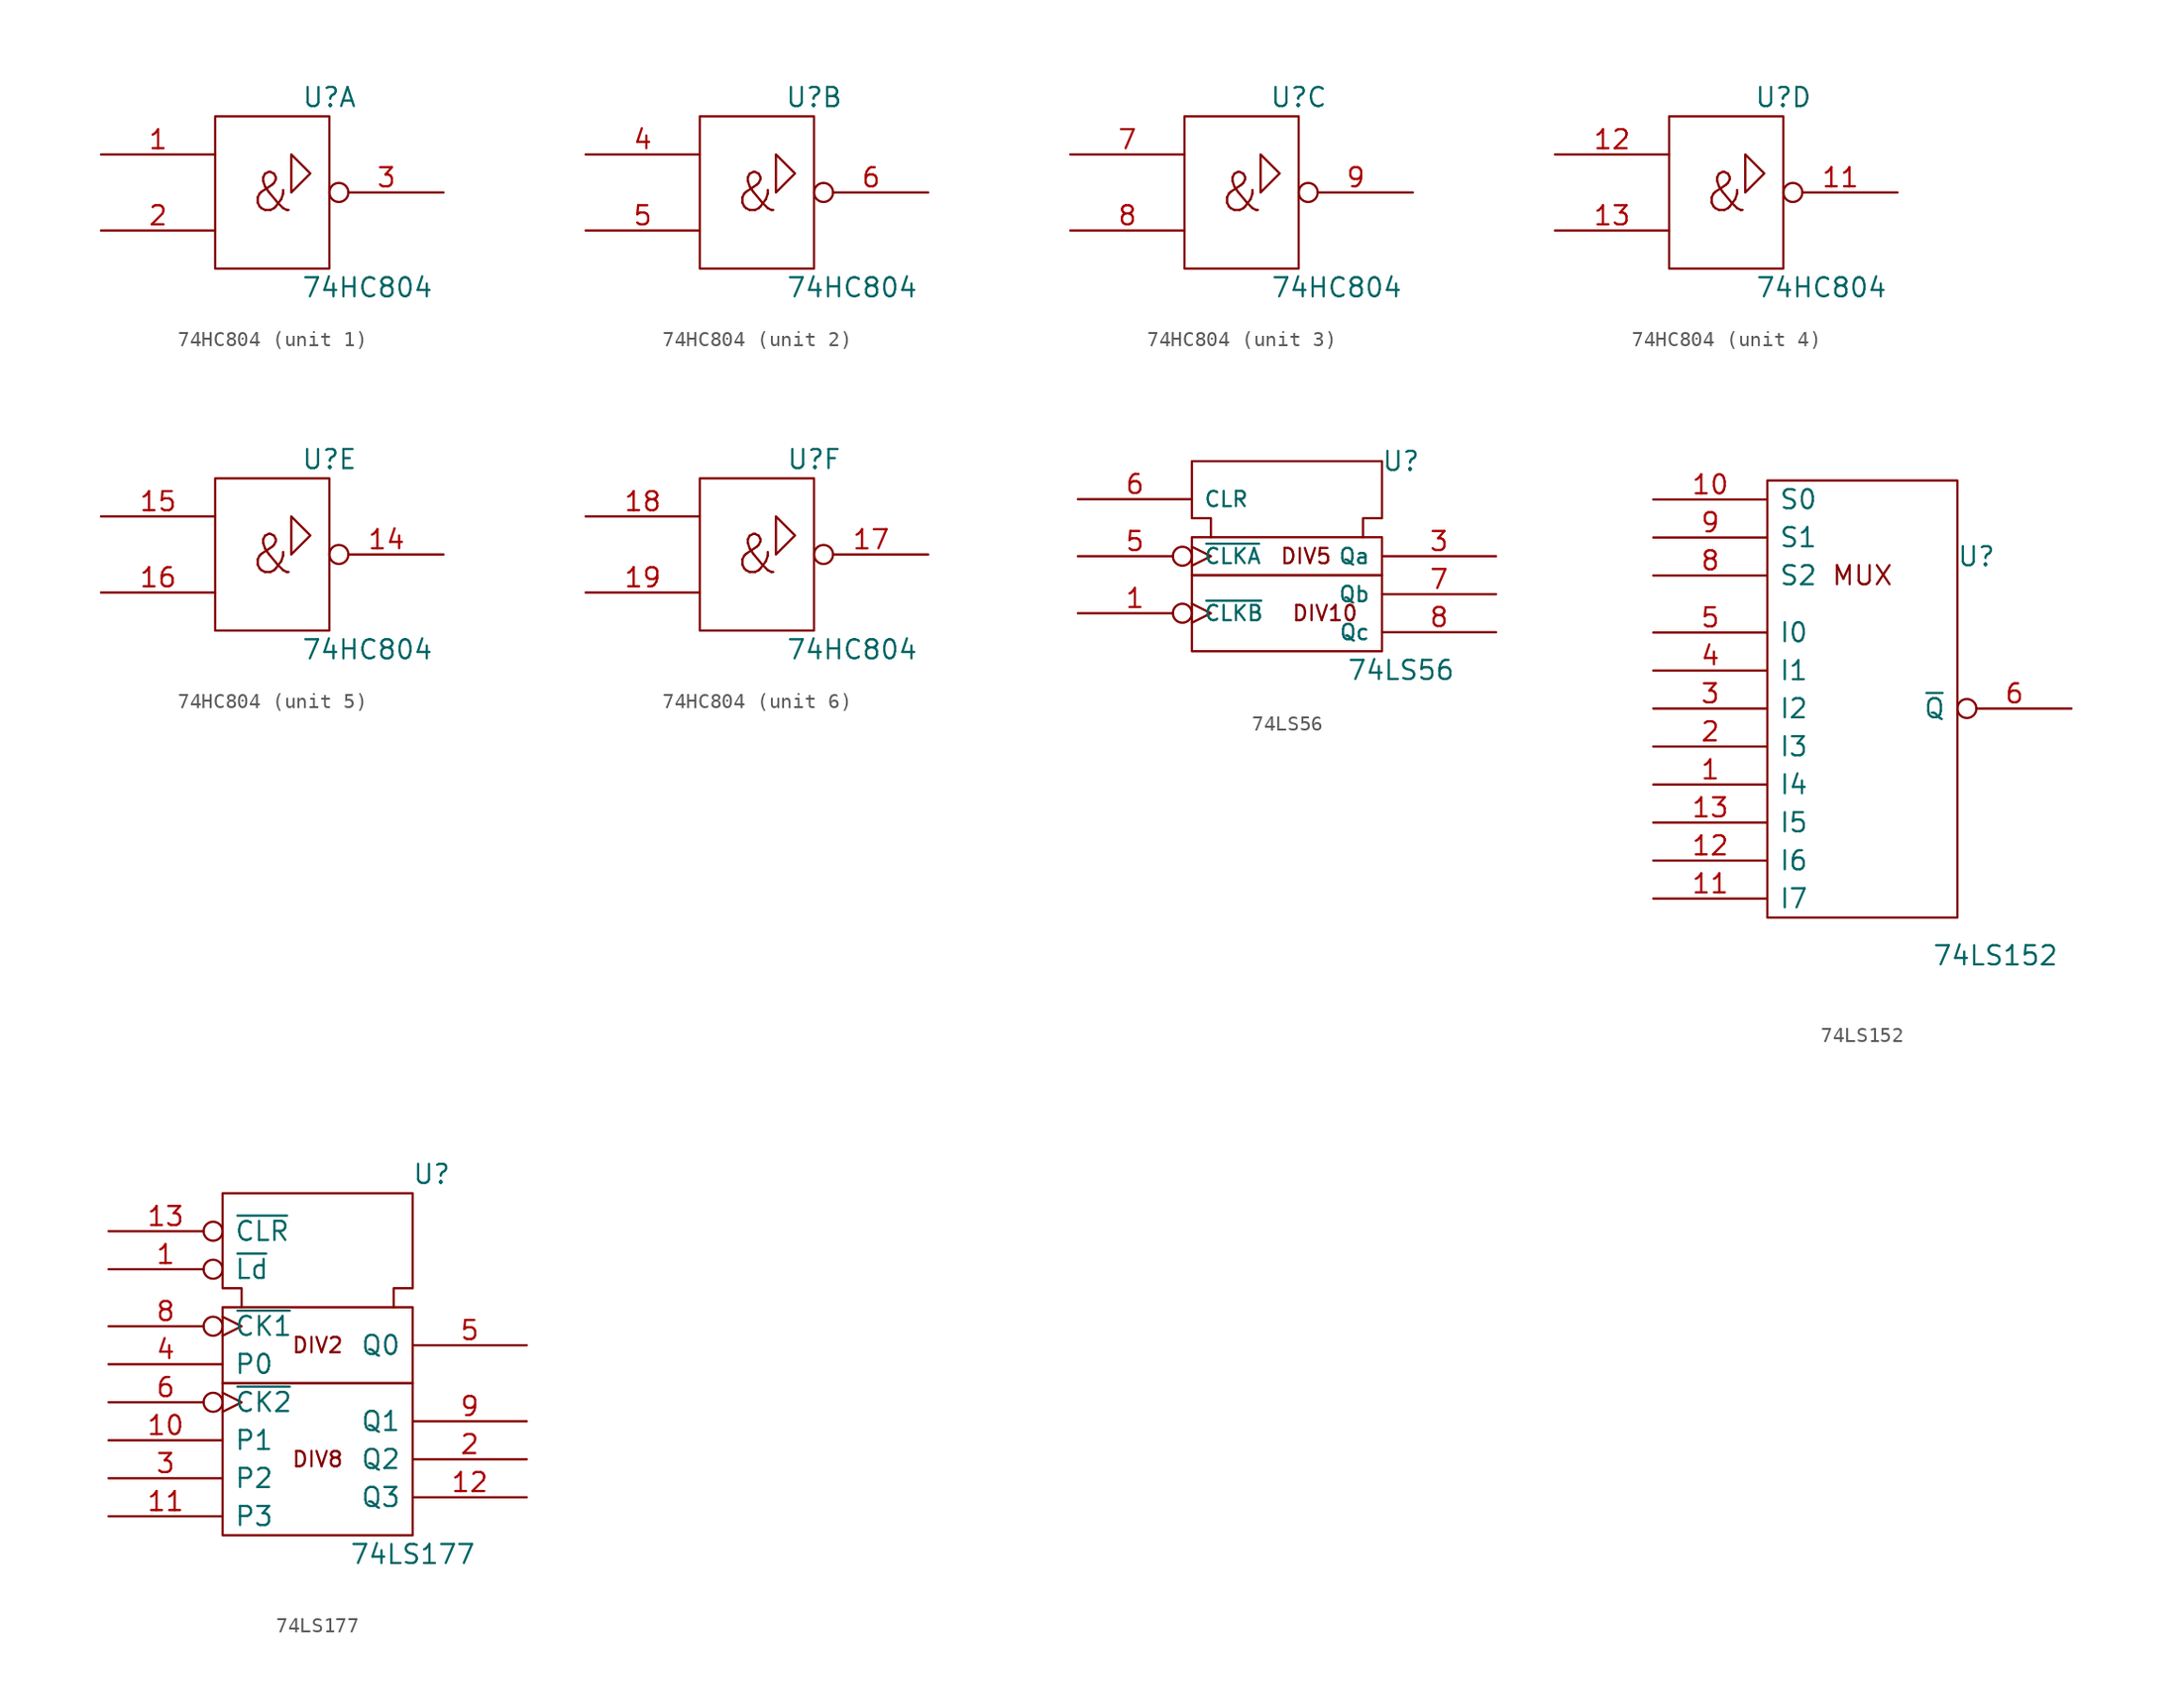
<source format=kicad_sym>
(kicad_symbol_lib
  (version 20201005)
  (generator kicad_symbol_editor)
  (symbol "74HC804"
    (pin_names
      (offset 0.762))
    (property "Reference" "U"
      (at 3.81 6.35 0)
      (effects (font (size 1.27 1.27))))
    (property "Value" "74HC804"
      (at 6.35 -6.35 0)
      (effects (font (size 1.27 1.27))))
    (symbol "74HC804_0_1"
      (text "&" (at 0 0 0) (effects (font (size 2.54 2.54))))
      (rectangle (start -3.81 5.08) (end 3.81 -5.08) (stroke (width 0)) (fill (type none)))
      (polyline (pts (xy 1.27 0) (xy 1.27 2.54) (xy 2.54 1.27) (xy 1.27 0) (xy 1.27 0)) (stroke (width 0)) (fill (type none)))
      (pin power_in line (at 0 -5.08 90) (length 0) hide (name "Gnd" (effects (font (size 1.27 1.27)))) (number "10" (effects (font (size 1.27 1.27)))))
      (pin power_in line (at 0 5.08 270) (length 0) hide (name "Vcc" (effects (font (size 1.27 1.27)))) (number "20" (effects (font (size 1.27 1.27))))))
    (symbol "74HC804_1_1"
      (pin input line (at -11.43 2.54 0) (length 7.62) (name "~" (effects (font (size 1.27 1.27)))) (number "1" (effects (font (size 1.27 1.27)))))
      (pin input line (at -11.43 -2.54 0) (length 7.62) (name "~" (effects (font (size 1.27 1.27)))) (number "2" (effects (font (size 1.27 1.27)))))
      (pin output inverted (at 11.43 0 180) (length 7.62) (name "~" (effects (font (size 1.27 1.27)))) (number "3" (effects (font (size 1.27 1.27))))))
    (symbol "74HC804_2_1"
      (pin input line (at -11.43 2.54 0) (length 7.62) (name "~" (effects (font (size 1.27 1.27)))) (number "4" (effects (font (size 1.27 1.27)))))
      (pin input line (at -11.43 -2.54 0) (length 7.62) (name "~" (effects (font (size 1.27 1.27)))) (number "5" (effects (font (size 1.27 1.27)))))
      (pin output inverted (at 11.43 0 180) (length 7.62) (name "~" (effects (font (size 1.27 1.27)))) (number "6" (effects (font (size 1.27 1.27))))))
    (symbol "74HC804_3_1"
      (pin input line (at -11.43 2.54 0) (length 7.62) (name "~" (effects (font (size 1.27 1.27)))) (number "7" (effects (font (size 1.27 1.27)))))
      (pin input line (at -11.43 -2.54 0) (length 7.62) (name "~" (effects (font (size 1.27 1.27)))) (number "8" (effects (font (size 1.27 1.27)))))
      (pin output inverted (at 11.43 0 180) (length 7.62) (name "~" (effects (font (size 1.27 1.27)))) (number "9" (effects (font (size 1.27 1.27))))))
    (symbol "74HC804_4_1"
      (pin output inverted (at 11.43 0 180) (length 7.62) (name "~" (effects (font (size 1.27 1.27)))) (number "11" (effects (font (size 1.27 1.27)))))
      (pin input line (at -11.43 2.54 0) (length 7.62) (name "~" (effects (font (size 1.27 1.27)))) (number "12" (effects (font (size 1.27 1.27)))))
      (pin input line (at -11.43 -2.54 0) (length 7.62) (name "~" (effects (font (size 1.27 1.27)))) (number "13" (effects (font (size 1.27 1.27))))))
    (symbol "74HC804_5_1"
      (pin output inverted (at 11.43 0 180) (length 7.62) (name "~" (effects (font (size 1.27 1.27)))) (number "14" (effects (font (size 1.27 1.27)))))
      (pin input line (at -11.43 2.54 0) (length 7.62) (name "~" (effects (font (size 1.27 1.27)))) (number "15" (effects (font (size 1.27 1.27)))))
      (pin input line (at -11.43 -2.54 0) (length 7.62) (name "~" (effects (font (size 1.27 1.27)))) (number "16" (effects (font (size 1.27 1.27))))))
    (symbol "74HC804_6_1"
      (pin output inverted (at 11.43 0 180) (length 7.62) (name "~" (effects (font (size 1.27 1.27)))) (number "17" (effects (font (size 1.27 1.27)))))
      (pin input line (at -11.43 2.54 0) (length 7.62) (name "~" (effects (font (size 1.27 1.27)))) (number "18" (effects (font (size 1.27 1.27)))))
      (pin input line (at -11.43 -2.54 0) (length 7.62) (name "~" (effects (font (size 1.27 1.27)))) (number "19" (effects (font (size 1.27 1.27)))))))
  (symbol "74LS56"
    (pin_names
      (offset 0.762))
    (property "Reference" "U"
      (at 7.62 6.35 0)
      (effects (font (size 1.27 1.27))))
    (property "Value" "74LS56"
      (at 7.62 -7.62 0)
      (effects (font (size 1.27 1.27))))
    (symbol "74LS56_0_0"
      (text "DIV10" (at 2.54 -3.81 0) (effects (font (size 1.016 1.016))))
      (text "DIV5" (at 1.27 0 0) (effects (font (size 1.016 1.016))))
      (rectangle (start -6.35 -1.27) (end 6.35 -6.35) (stroke (width 0)) (fill (type none)))
      (rectangle (start -6.35 1.27) (end 6.35 -1.27) (stroke (width 0)) (fill (type none)))
      (polyline (pts (xy -5.08 1.27) (xy -5.08 2.54) (xy -6.35 2.54) (xy -6.35 6.35) (xy 6.35 6.35) (xy 6.35 2.54) (xy 5.08 2.54) (xy 5.08 1.27) (xy 5.08 1.27)) (stroke (width 0)) (fill (type none))))
    (symbol "74LS56_0_1"
      (pin power_in line (at 5.08 6.35 270) (length 0) hide (name "Vcc" (effects (font (size 1.016 1.016)))) (number "2" (effects (font (size 1.27 1.27)))))
      (pin power_in line (at 1.27 6.35 270) (length 0) hide (name "Gnd" (effects (font (size 1.016 1.016)))) (number "4" (effects (font (size 1.27 1.27))))))
    (symbol "74LS56_1_1"
      (pin input inverted_clock (at -13.97 -3.81 0) (length 7.62) (name "~CLKB" (effects (font (size 1.016 1.016)))) (number "1" (effects (font (size 1.27 1.27)))))
      (pin output line (at 13.97 0 180) (length 7.62) (name "Qa" (effects (font (size 1.016 1.016)))) (number "3" (effects (font (size 1.27 1.27)))))
      (pin input inverted_clock (at -13.97 0 0) (length 7.62) (name "~CLKA" (effects (font (size 1.016 1.016)))) (number "5" (effects (font (size 1.27 1.27)))))
      (pin input line (at -13.97 3.81 0) (length 7.62) (name "CLR" (effects (font (size 1.016 1.016)))) (number "6" (effects (font (size 1.27 1.27)))))
      (pin output line (at 13.97 -2.54 180) (length 7.62) (name "Qb" (effects (font (size 1.016 1.016)))) (number "7" (effects (font (size 1.27 1.27)))))
      (pin output line (at 13.97 -5.08 180) (length 7.62) (name "Qc" (effects (font (size 1.016 1.016)))) (number "8" (effects (font (size 1.27 1.27)))))))
  (symbol "74LS152"
    (pin_names
      (offset 0.762))
    (property "Reference" "U"
      (at 7.62 11.43 0)
      (effects (font (size 1.27 1.27))))
    (property "Value" "74LS152"
      (at 8.89 -15.24 0)
      (effects (font (size 1.27 1.27))))
    (symbol "74LS152_0_0"
      (text "MUX" (at 0 10.16 0) (effects (font (size 1.27 1.27))))
      (rectangle (start -6.35 16.51) (end 6.35 -12.7) (stroke (width 0)) (fill (type none)))
      (pin power_in line (at 0 16.51 270) (length 0) hide (name "VCC" (effects (font (size 1.27 1.27)))) (number "14" (effects (font (size 1.27 1.27)))))
      (pin power_in line (at 0 -12.7 90) (length 0) hide (name "GND" (effects (font (size 1.27 1.27)))) (number "7" (effects (font (size 1.27 1.27))))))
    (symbol "74LS152_1_1"
      (pin input line (at -13.97 -3.81 0) (length 7.62) (name "I4" (effects (font (size 1.27 1.27)))) (number "1" (effects (font (size 1.27 1.27)))))
      (pin input line (at -13.97 15.24 0) (length 7.62) (name "S0" (effects (font (size 1.27 1.27)))) (number "10" (effects (font (size 1.27 1.27)))))
      (pin input line (at -13.97 -11.43 0) (length 7.62) (name "I7" (effects (font (size 1.27 1.27)))) (number "11" (effects (font (size 1.27 1.27)))))
      (pin input line (at -13.97 -8.89 0) (length 7.62) (name "I6" (effects (font (size 1.27 1.27)))) (number "12" (effects (font (size 1.27 1.27)))))
      (pin input line (at -13.97 -6.35 0) (length 7.62) (name "I5" (effects (font (size 1.27 1.27)))) (number "13" (effects (font (size 1.27 1.27)))))
      (pin input line (at -13.97 -1.27 0) (length 7.62) (name "I3" (effects (font (size 1.27 1.27)))) (number "2" (effects (font (size 1.27 1.27)))))
      (pin input line (at -13.97 1.27 0) (length 7.62) (name "I2" (effects (font (size 1.27 1.27)))) (number "3" (effects (font (size 1.27 1.27)))))
      (pin input line (at -13.97 3.81 0) (length 7.62) (name "I1" (effects (font (size 1.27 1.27)))) (number "4" (effects (font (size 1.27 1.27)))))
      (pin input line (at -13.97 6.35 0) (length 7.62) (name "I0" (effects (font (size 1.27 1.27)))) (number "5" (effects (font (size 1.27 1.27)))))
      (pin output inverted (at 13.97 1.27 180) (length 7.62) (name "~Q" (effects (font (size 1.27 1.27)))) (number "6" (effects (font (size 1.27 1.27)))))
      (pin input line (at -13.97 10.16 0) (length 7.62) (name "S2" (effects (font (size 1.27 1.27)))) (number "8" (effects (font (size 1.27 1.27)))))
      (pin input line (at -13.97 12.7 0) (length 7.62) (name "S1" (effects (font (size 1.27 1.27)))) (number "9" (effects (font (size 1.27 1.27)))))))
  (symbol "74LS177"
    (pin_names
      (offset 0.762))
    (property "Reference" "U"
      (at 7.62 8.89 0)
      (effects (font (size 1.27 1.27))))
    (property "Value" "74LS177"
      (at 6.35 -16.51 0)
      (effects (font (size 1.27 1.27))))
    (symbol "74LS177_0_0"
      (text "DIV2" (at 0 -2.54 0) (effects (font (size 1.016 1.016))))
      (text "DIV8" (at 0 -10.16 0) (effects (font (size 1.016 1.016))))
      (rectangle (start -6.35 -5.08) (end 6.35 -15.24) (stroke (width 0)) (fill (type none)))
      (rectangle (start -6.35 0) (end 6.35 -5.08) (stroke (width 0)) (fill (type none)))
      (polyline (pts (xy -5.08 0) (xy -5.08 1.27) (xy -6.35 1.27) (xy -6.35 7.62) (xy 6.35 7.62) (xy 6.35 1.27) (xy 5.08 1.27) (xy 5.08 0) (xy 5.08 0)) (stroke (width 0)) (fill (type none)))
      (pin power_in line (at 5.08 7.62 270) (length 0) hide (name "VCC" (effects (font (size 1.27 1.27)))) (number "14" (effects (font (size 1.27 1.27)))))
      (pin power_in line (at 1.27 7.62 270) (length 0) hide (name "GND" (effects (font (size 1.27 1.27)))) (number "7" (effects (font (size 1.27 1.27))))))
    (symbol "74LS177_1_1"
      (pin input inverted (at -13.97 2.54 0) (length 7.62) (name "~Ld" (effects (font (size 1.27 1.27)))) (number "1" (effects (font (size 1.27 1.27)))))
      (pin input line (at -13.97 -8.89 0) (length 7.62) (name "P1" (effects (font (size 1.27 1.27)))) (number "10" (effects (font (size 1.27 1.27)))))
      (pin input line (at -13.97 -13.97 0) (length 7.62) (name "P3" (effects (font (size 1.27 1.27)))) (number "11" (effects (font (size 1.27 1.27)))))
      (pin output line (at 13.97 -12.7 180) (length 7.62) (name "Q3" (effects (font (size 1.27 1.27)))) (number "12" (effects (font (size 1.27 1.27)))))
      (pin input inverted (at -13.97 5.08 0) (length 7.62) (name "~CLR" (effects (font (size 1.27 1.27)))) (number "13" (effects (font (size 1.27 1.27)))))
      (pin output line (at 13.97 -10.16 180) (length 7.62) (name "Q2" (effects (font (size 1.27 1.27)))) (number "2" (effects (font (size 1.27 1.27)))))
      (pin input line (at -13.97 -11.43 0) (length 7.62) (name "P2" (effects (font (size 1.27 1.27)))) (number "3" (effects (font (size 1.27 1.27)))))
      (pin input line (at -13.97 -3.81 0) (length 7.62) (name "P0" (effects (font (size 1.27 1.27)))) (number "4" (effects (font (size 1.27 1.27)))))
      (pin output line (at 13.97 -2.54 180) (length 7.62) (name "Q0" (effects (font (size 1.27 1.27)))) (number "5" (effects (font (size 1.27 1.27)))))
      (pin input inverted_clock (at -13.97 -6.35 0) (length 7.62) (name "~CK2" (effects (font (size 1.27 1.27)))) (number "6" (effects (font (size 1.27 1.27)))))
      (pin input inverted_clock (at -13.97 -1.27 0) (length 7.62) (name "~CK1" (effects (font (size 1.27 1.27)))) (number "8" (effects (font (size 1.27 1.27)))))
      (pin output line (at 13.97 -7.62 180) (length 7.62) (name "Q1" (effects (font (size 1.27 1.27)))) (number "9" (effects (font (size 1.27 1.27))))))))
</source>
